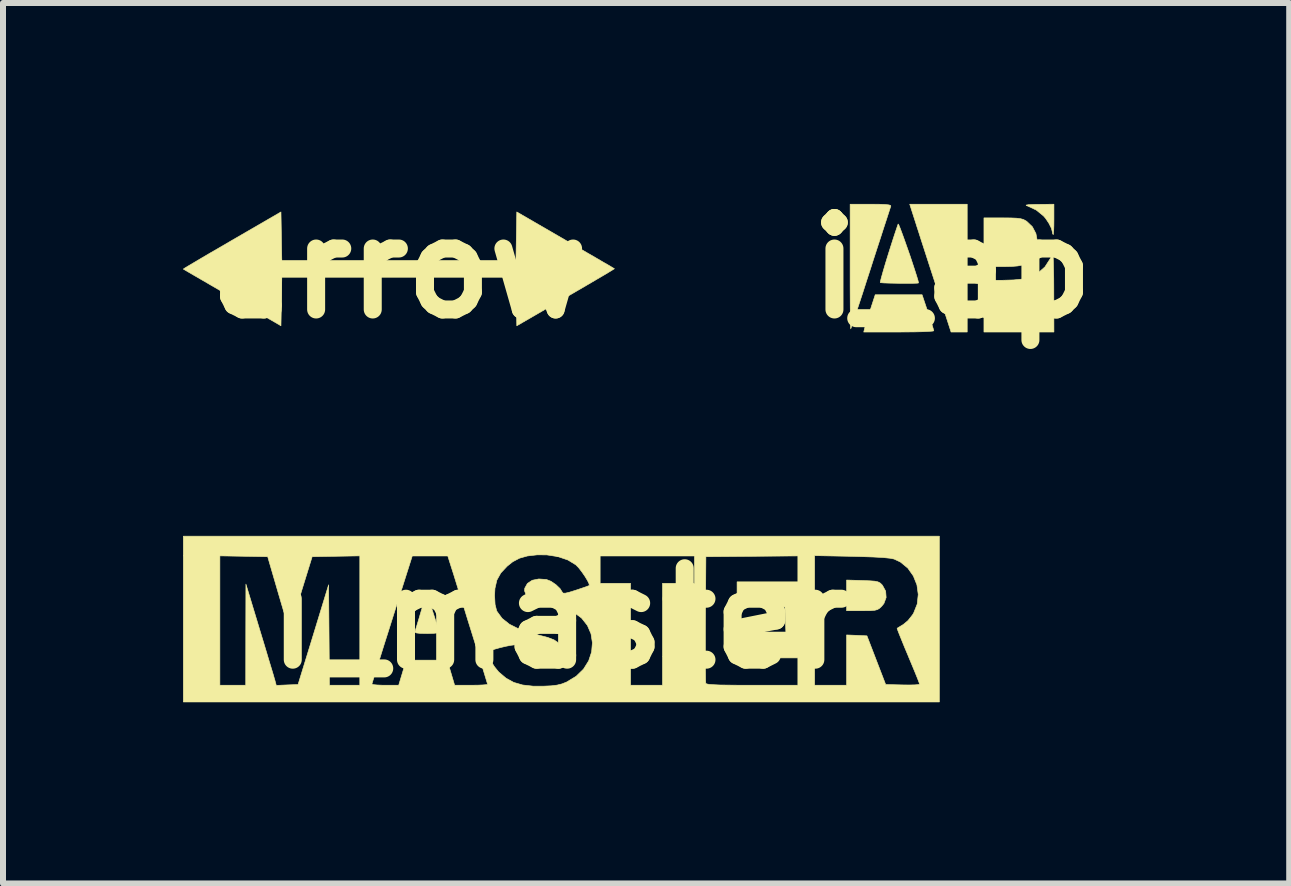
<source format=kicad_pcb>
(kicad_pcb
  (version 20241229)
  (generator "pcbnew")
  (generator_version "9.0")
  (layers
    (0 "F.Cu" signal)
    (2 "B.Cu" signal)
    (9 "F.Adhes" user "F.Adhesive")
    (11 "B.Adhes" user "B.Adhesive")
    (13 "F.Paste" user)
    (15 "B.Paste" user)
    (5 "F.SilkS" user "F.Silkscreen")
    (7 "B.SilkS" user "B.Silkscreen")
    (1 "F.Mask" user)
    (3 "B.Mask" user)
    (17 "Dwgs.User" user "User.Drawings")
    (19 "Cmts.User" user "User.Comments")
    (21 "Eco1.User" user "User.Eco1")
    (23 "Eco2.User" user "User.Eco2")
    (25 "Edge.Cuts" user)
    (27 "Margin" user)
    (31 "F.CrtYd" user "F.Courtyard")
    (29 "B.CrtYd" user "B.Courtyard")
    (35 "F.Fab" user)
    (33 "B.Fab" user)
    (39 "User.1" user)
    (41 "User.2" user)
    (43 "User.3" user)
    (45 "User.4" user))
  (footprint "arrow"
    (layer "F.Cu")
    (at 3.597 1.418)
    (property "Reference" "arrow" (at 0 0 0) (layer "F.SilkS") (effects (font (size 1.524 1.524) (thickness 0.3))))
    (attr through_hole)
    (fp_poly (pts (xy 2.776 -0.466) (xy 2.96 -0.359) (xy 3.129 -0.26) (xy 3.28 -0.173) (xy 3.406 -0.099) (xy 3.504 -0.043) (xy 3.567 -0.005) (xy 3.592 0.01) (xy 3.592 0.01) (xy 3.572 0.023) (xy 3.513 0.059) (xy 3.42 0.115) (xy 3.297 0.187) (xy 3.149 0.274) (xy 2.981 0.372) (xy 2.798 0.478) (xy 2.781 0.488) (xy 1.965 0.961) (xy 1.951 0.152) (xy -1.951 0.152) (xy -1.965 0.961) (xy -2.776 0.491) (xy -2.96 0.384) (xy -3.129 0.286) (xy -3.28 0.198) (xy -3.406 0.125) (xy -3.504 0.068) (xy -3.567 0.031) (xy -3.592 0.016) (xy -3.592 0.016) (xy -3.572 0.002) (xy -3.513 -0.034) (xy -3.42 -0.089) (xy -3.297 -0.162) (xy -3.149 -0.249) (xy -2.981 -0.346) (xy -2.798 -0.453) (xy -2.781 -0.463) (xy -1.965 -0.936) (xy -1.951 -0.127) (xy 1.951 -0.127) (xy 1.965 -0.936) (xy 2.776 -0.466)) (stroke (width 0.01) (type solid)) (fill yes) (layer "F.SilkS")))
  (footprint "i_ap"
    (layer "F.Cu")
    (at 12.815 1.418)
    (property "Reference" "i_ap" (at 0 0 0) (layer "F.SilkS") (effects (font (size 1.524 1.524) (thickness 0.3))))
    (attr through_hole)
    (fp_poly (pts (xy 0.253 1.065) (xy -0.016 1.065) (xy -0.253 0.336) (xy -0.319 0.132) (xy -0.386 -0.074) (xy -0.45 -0.272) (xy -0.509 -0.454) (xy -0.558 -0.608) (xy -0.596 -0.724) (xy -0.597 -0.729) (xy -0.705 -1.065) (xy 0.253 -1.065) (xy 0.253 1.065)) (stroke (width 0.01) (type solid)) (fill yes) (layer "F.SilkS"))
    (fp_poly (pts (xy 1.68 -0.246) (xy 1.685 -0.194) (xy 1.689 -0.102) (xy 1.692 0.023) (xy 1.695 0.176) (xy 1.696 0.35) (xy 1.696 0.374) (xy 1.698 1.065) (xy 0.532 1.065) (xy 0.532 0.203) (xy 0.832 0.203) (xy 1.027 0.197) (xy 1.179 0.182) (xy 1.263 0.164) (xy 1.421 0.092) (xy 1.548 -0.02) (xy 1.642 -0.166) (xy 1.675 -0.253) (xy 1.68 -0.246)) (stroke (width 0.01) (type solid)) (fill yes) (layer "F.SilkS"))
    (fp_poly (pts (xy 1.698 -0.811) (xy 1.697 -0.705) (xy 1.694 -0.62) (xy 1.689 -0.569) (xy 1.686 -0.558) (xy 1.675 -0.578) (xy 1.673 -0.597) (xy 1.657 -0.662) (xy 1.615 -0.746) (xy 1.558 -0.831) (xy 1.524 -0.87) (xy 1.403 -0.968) (xy 1.253 -1.038) (xy 1.242 -1.041) (xy 1.235 -1.05) (xy 1.275 -1.057) (xy 1.359 -1.061) (xy 1.439 -1.062) (xy 1.698 -1.065) (xy 1.698 -0.811)) (stroke (width 0.01) (type solid)) (fill yes) (layer "F.SilkS"))
    (fp_poly (pts (xy -0.402 0.734) (xy -0.364 0.848) (xy -0.333 0.945) (xy -0.312 1.014) (xy -0.304 1.045) (xy -0.304 1.045) (xy -0.328 1.05) (xy -0.396 1.055) (xy -0.5 1.06) (xy -0.634 1.063) (xy -0.791 1.064) (xy -0.888 1.065) (xy -1.471 1.065) (xy -1.454 0.995) (xy -1.439 0.941) (xy -1.412 0.853) (xy -1.378 0.747) (xy -1.358 0.684) (xy -1.28 0.444) (xy -0.499 0.444) (xy -0.402 0.734)) (stroke (width 0.01) (type solid)) (fill yes) (layer "F.SilkS"))
    (fp_poly (pts (xy 0.98 -0.836) (xy 1.074 -0.832) (xy 1.14 -0.824) (xy 1.188 -0.811) (xy 1.228 -0.79) (xy 1.245 -0.779) (xy 1.339 -0.689) (xy 1.398 -0.576) (xy 1.421 -0.452) (xy 1.41 -0.326) (xy 1.364 -0.21) (xy 1.285 -0.115) (xy 1.216 -0.07) (xy 1.163 -0.049) (xy 1.093 -0.036) (xy 0.997 -0.028) (xy 0.863 -0.025) (xy 0.83 -0.025) (xy 0.532 -0.025) (xy 0.532 -0.837) (xy 0.845 -0.837) (xy 0.98 -0.836)) (stroke (width 0.01) (type solid)) (fill yes) (layer "F.SilkS"))
    (fp_poly (pts (xy -0.887 -0.72) (xy -0.864 -0.664) (xy -0.832 -0.578) (xy -0.792 -0.468) (xy -0.748 -0.343) (xy -0.702 -0.212) (xy -0.659 -0.083) (xy -0.62 0.036) (xy -0.588 0.136) (xy -0.566 0.21) (xy -0.558 0.247) (xy -0.581 0.251) (xy -0.643 0.253) (xy -0.733 0.254) (xy -0.838 0.254) (xy -0.948 0.252) (xy -1.05 0.25) (xy -1.133 0.247) (xy -1.185 0.243) (xy -1.196 0.24) (xy -1.192 0.214) (xy -1.175 0.149) (xy -1.148 0.053) (xy -1.113 -0.066) (xy -1.073 -0.197) (xy -1.03 -0.334) (xy -0.988 -0.466) (xy -0.949 -0.585) (xy -0.916 -0.683) (xy -0.898 -0.735) (xy -0.887 -0.72)) (stroke (width 0.01) (type solid)) (fill yes) (layer "F.SilkS"))
    (fp_poly (pts (xy -1.209 -1.064) (xy -1.11 -1.06) (xy -1.05 -1.053) (xy -1.023 -1.043) (xy -1.02 -1.033) (xy -1.03 -1.003) (xy -1.054 -0.929) (xy -1.09 -0.818) (xy -1.137 -0.675) (xy -1.192 -0.504) (xy -1.255 -0.311) (xy -1.323 -0.101) (xy -1.355 0) (xy -1.425 0.215) (xy -1.489 0.415) (xy -1.548 0.594) (xy -1.599 0.748) (xy -1.639 0.871) (xy -1.669 0.959) (xy -1.685 1.005) (xy -1.688 1.012) (xy -1.69 0.99) (xy -1.692 0.922) (xy -1.694 0.814) (xy -1.696 0.671) (xy -1.697 0.499) (xy -1.698 0.301) (xy -1.698 0.084) (xy -1.698 -0.021) (xy -1.698 -1.065) (xy -1.353 -1.065) (xy -1.209 -1.064)) (stroke (width 0.01) (type solid)) (fill yes) (layer "F.SilkS")))
  (footprint "i_master"
    (layer "F.Cu")
    (at 6.292 7.254)
    (property "Reference" "i_master" (at 0 0 0) (layer "F.SilkS") (effects (font (size 1.524 1.524) (thickness 0.3))))
    (attr through_hole)
    (fp_poly (pts (xy 5.034 -0.63) (xy 5.154 -0.625) (xy 5.235 -0.619) (xy 5.287 -0.608) (xy 5.322 -0.591) (xy 5.352 -0.564) (xy 5.364 -0.55) (xy 5.417 -0.453) (xy 5.425 -0.347) (xy 5.388 -0.247) (xy 5.351 -0.201) (xy 5.315 -0.167) (xy 5.28 -0.146) (xy 5.235 -0.134) (xy 5.167 -0.128) (xy 5.064 -0.127) (xy 5.021 -0.127) (xy 4.766 -0.127) (xy 4.766 -0.638) (xy 5.034 -0.63)) (stroke (width 0.01) (type solid)) (fill yes) (layer "F.SilkS"))
    (fp_poly (pts (xy -2.226 -0.374) (xy -2.204 -0.32) (xy -2.174 -0.239) (xy -2.14 -0.141) (xy -2.106 -0.036) (xy -2.074 0.065) (xy -2.048 0.152) (xy -2.032 0.213) (xy -2.028 0.234) (xy -2.052 0.243) (xy -2.113 0.25) (xy -2.202 0.253) (xy -2.233 0.253) (xy -2.34 0.251) (xy -2.402 0.244) (xy -2.427 0.231) (xy -2.427 0.222) (xy -2.416 0.186) (xy -2.393 0.112) (xy -2.363 0.013) (xy -2.333 -0.089) (xy -2.299 -0.202) (xy -2.27 -0.297) (xy -2.248 -0.363) (xy -2.237 -0.39) (xy -2.226 -0.374)) (stroke (width 0.01) (type solid)) (fill yes) (layer "F.SilkS"))
    (fp_poly (pts (xy 6.312 1.394) (xy -6.287 1.394) (xy -6.287 -1.041) (xy -5.678 -1.041) (xy -5.678 1.115) (xy -5.247 1.115) (xy -5.246 0.273) (xy -5.244 -0.57) (xy -5.018 0.177) (xy -4.96 0.368) (xy -4.906 0.547) (xy -4.858 0.708) (xy -4.817 0.843) (xy -4.786 0.946) (xy -4.768 1.009) (xy -4.764 1.021) (xy -4.738 1.118) (xy -4.556 1.11) (xy -4.375 1.103) (xy -4.12 0.273) (xy -3.866 -0.558) (xy -3.859 0.279) (xy -3.852 1.115) (xy -3.346 1.115) (xy -3.346 1.096) (xy -3.144 1.096) (xy -3.12 1.105) (xy -3.057 1.111) (xy -2.967 1.115) (xy -2.921 1.115) (xy -2.698 1.115) (xy -2.635 0.906) (xy -2.572 0.697) (xy -1.89 0.697) (xy -1.828 0.906) (xy -1.766 1.115) (xy -1.491 1.115) (xy -1.38 1.114) (xy -1.291 1.11) (xy -1.233 1.105) (xy -1.217 1.1) (xy -1.224 1.074) (xy -1.245 1.005) (xy -1.277 0.9) (xy -1.318 0.764) (xy -1.368 0.603) (xy -1.379 0.566) (xy -1.216 0.566) (xy -1.2 0.631) (xy -1.159 0.717) (xy -1.102 0.807) (xy -1.039 0.885) (xy -1.029 0.896) (xy -0.91 0.997) (xy -0.781 1.068) (xy -0.632 1.111) (xy -0.454 1.131) (xy -0.291 1.131) (xy -0.158 1.125) (xy -0.059 1.113) (xy 0.022 1.093) (xy 0.102 1.061) (xy 0.102 1.061) (xy 0.26 0.965) (xy 0.382 0.846) (xy 0.468 0.708) (xy 0.517 0.56) (xy 0.53 0.407) (xy 0.507 0.258) (xy 0.447 0.119) (xy 0.35 -0.004) (xy 0.217 -0.103) (xy 0.118 -0.148) (xy 0.029 -0.178) (xy -0.089 -0.213) (xy -0.215 -0.245) (xy -0.255 -0.255) (xy -0.409 -0.298) (xy -0.515 -0.345) (xy -0.578 -0.398) (xy -0.601 -0.459) (xy -0.597 -0.502) (xy -0.553 -0.581) (xy -0.473 -0.634) (xy -0.363 -0.656) (xy -0.236 -0.647) (xy -0.16 -0.617) (xy -0.078 -0.561) (xy -0.009 -0.495) (xy 0.029 -0.434) (xy 0.043 -0.419) (xy 0.079 -0.419) (xy 0.143 -0.434) (xy 0.246 -0.466) (xy 0.255 -0.469) (xy 0.351 -0.501) (xy 0.427 -0.527) (xy 0.471 -0.544) (xy 0.478 -0.547) (xy 0.475 -0.574) (xy 0.448 -0.63) (xy 0.405 -0.701) (xy 0.353 -0.776) (xy 0.301 -0.843) (xy 0.255 -0.89) (xy 0.254 -0.891) (xy 0.122 -0.972) (xy -0.043 -1.028) (xy -0.114 -1.039) (xy 0.659 -1.039) (xy 0.659 -0.583) (xy 1.166 -0.583) (xy 1.166 1.115) (xy 1.698 1.115) (xy 1.698 0.448) (xy 2.413 0.448) (xy 2.413 0.638) (xy 2.413 0.801) (xy 2.415 0.932) (xy 2.416 1.026) (xy 2.419 1.076) (xy 2.42 1.084) (xy 2.435 1.093) (xy 2.476 1.101) (xy 2.546 1.106) (xy 2.649 1.111) (xy 2.791 1.113) (xy 2.976 1.115) (xy 3.193 1.115) (xy 3.954 1.115) (xy 4.233 1.115) (xy 4.766 1.115) (xy 4.766 0.277) (xy 4.935 0.284) (xy 5.105 0.292) (xy 5.261 0.697) (xy 5.417 1.103) (xy 5.7 1.11) (xy 5.813 1.111) (xy 5.904 1.109) (xy 5.964 1.104) (xy 5.982 1.097) (xy 5.973 1.068) (xy 5.947 1) (xy 5.907 0.901) (xy 5.856 0.778) (xy 5.797 0.637) (xy 5.792 0.624) (xy 5.733 0.484) (xy 5.683 0.361) (xy 5.643 0.262) (xy 5.617 0.195) (xy 5.608 0.166) (xy 5.608 0.166) (xy 5.632 0.151) (xy 5.684 0.119) (xy 5.711 0.103) (xy 5.79 0.037) (xy 5.864 -0.057) (xy 5.882 -0.085) (xy 5.943 -0.238) (xy 5.96 -0.398) (xy 5.938 -0.558) (xy 5.878 -0.707) (xy 5.786 -0.837) (xy 5.663 -0.938) (xy 5.557 -0.988) (xy 5.491 -1.001) (xy 5.375 -1.013) (xy 5.21 -1.022) (xy 4.996 -1.029) (xy 4.848 -1.033) (xy 4.233 -1.045) (xy 4.233 1.115) (xy 3.954 1.115) (xy 3.954 0.659) (xy 2.941 0.659) (xy 2.941 0.228) (xy 3.754 0.228) (xy 3.746 0.019) (xy 3.739 -0.19) (xy 3.34 -0.197) (xy 2.941 -0.204) (xy 2.941 -0.608) (xy 3.954 -0.608) (xy 3.954 -1.04) (xy 2.421 -1.027) (xy 2.414 0.013) (xy 2.413 0.238) (xy 2.413 0.448) (xy 1.698 0.448) (xy 1.698 -0.583) (xy 2.231 -0.583) (xy 2.231 -1.039) (xy 0.659 -1.039) (xy -0.114 -1.039) (xy -0.229 -1.057) (xy -0.39 -1.058) (xy -0.554 -1.039) (xy -0.685 -1.002) (xy -0.797 -0.943) (xy -0.89 -0.869) (xy -0.996 -0.756) (xy -1.062 -0.637) (xy -1.094 -0.498) (xy -1.1 -0.38) (xy -1.092 -0.231) (xy -1.066 -0.128) (xy -1.059 -0.114) (xy -0.975 0.001) (xy -0.852 0.099) (xy -0.688 0.181) (xy -0.48 0.251) (xy -0.363 0.28) (xy -0.213 0.319) (xy -0.108 0.36) (xy -0.042 0.405) (xy -0.01 0.461) (xy -0.005 0.526) (xy -0.032 0.617) (xy -0.095 0.678) (xy -0.198 0.711) (xy -0.31 0.719) (xy -0.465 0.703) (xy -0.582 0.656) (xy -0.669 0.575) (xy -0.685 0.55) (xy -0.72 0.492) (xy -0.741 0.452) (xy -0.742 0.448) (xy -0.768 0.442) (xy -0.83 0.45) (xy -0.913 0.466) (xy -1.006 0.488) (xy -1.095 0.513) (xy -1.168 0.537) (xy -1.21 0.558) (xy -1.216 0.566) (xy -1.379 0.566) (xy -1.423 0.423) (xy -1.483 0.23) (xy -1.546 0.029) (xy -1.608 -0.173) (xy -1.67 -0.371) (xy -1.729 -0.559) (xy -1.782 -0.731) (xy -1.83 -0.881) (xy -1.854 -0.957) (xy -1.88 -1.039) (xy -2.176 -1.039) (xy -2.472 -1.039) (xy -2.808 0.019) (xy -2.878 0.241) (xy -2.944 0.448) (xy -3.002 0.634) (xy -3.053 0.796) (xy -3.094 0.928) (xy -3.124 1.026) (xy -3.141 1.083) (xy -3.144 1.096) (xy -3.346 1.096) (xy -3.346 -1.041) (xy -4.14 -1.027) (xy -4.301 -0.507) (xy -4.35 -0.346) (xy -4.396 -0.196) (xy -4.436 -0.065) (xy -4.467 0.038) (xy -4.487 0.104) (xy -4.489 0.114) (xy -4.498 0.144) (xy -4.507 0.161) (xy -4.518 0.16) (xy -4.532 0.136) (xy -4.551 0.086) (xy -4.578 0.004) (xy -4.614 -0.114) (xy -4.661 -0.273) (xy -4.7 -0.406) (xy -4.881 -1.027) (xy -5.28 -1.034) (xy -5.678 -1.041) (xy -6.287 -1.041) (xy -6.287 -1.369) (xy 6.312 -1.369) (xy 6.312 1.394)) (stroke (width 0.01) (type solid)) (fill yes) (layer "F.SilkS")))
  (gr_rect
    (start -3 -3)
    (end 18.434 11.672)
    (stroke (width 0.1) (type default))
    (fill no)
    (layer "Edge.Cuts")))
</source>
